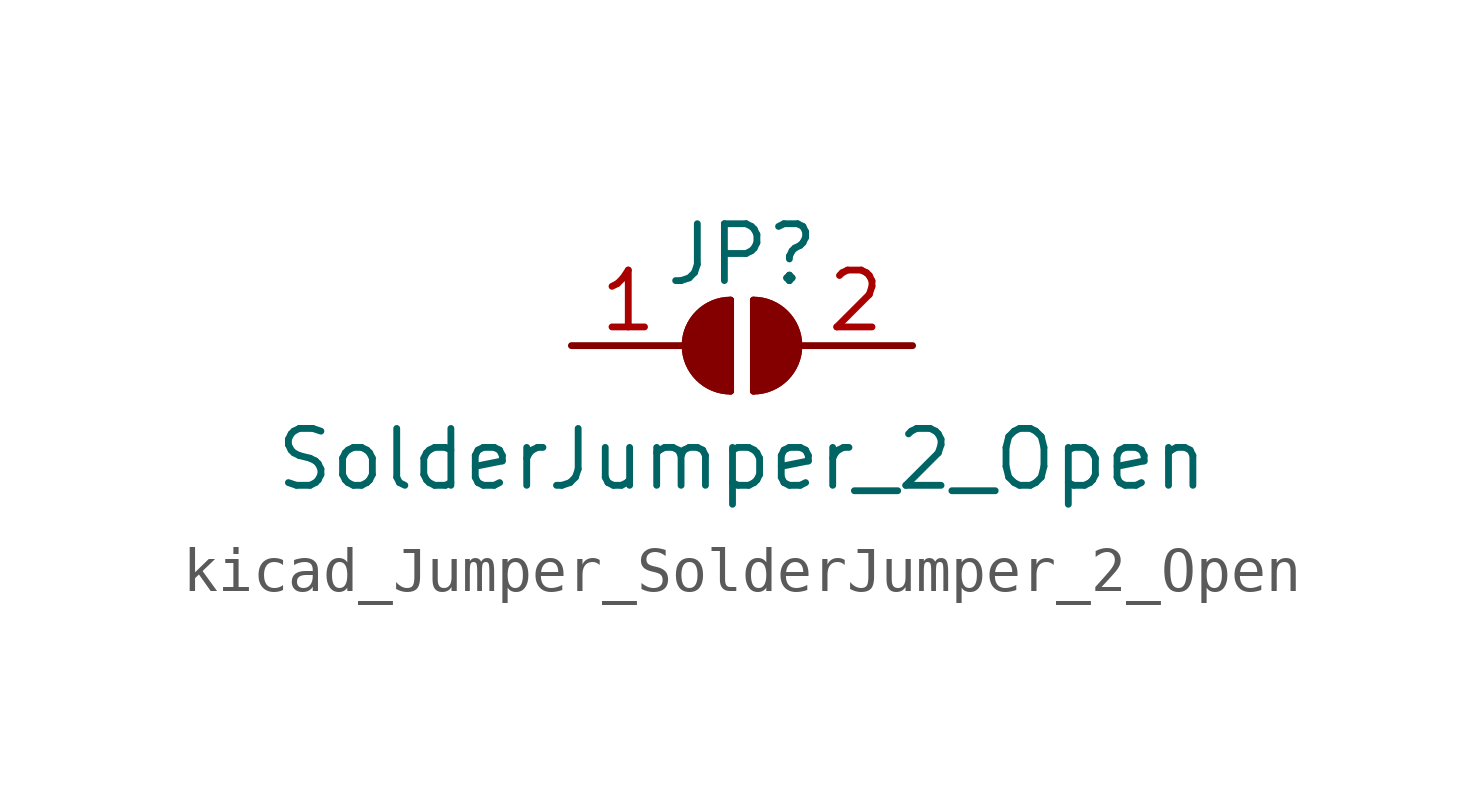
<source format=kicad_sym>
(kicad_symbol_lib
  (version 20220914)
  (generator kicad_symbol_editor)
  (symbol "kicad_Jumper_SolderJumper_2_Open"
    (pin_names
      (offset 0) hide)
    (property "Reference" "JP"
      (at 0 2.032 0)
      (effects (font (size 1.27 1.27))))
    (property "Value" "SolderJumper_2_Open"
      (at 0 -2.54 0)
      (effects (font (size 1.27 1.27))))
    (symbol "kicad_Jumper_SolderJumper_2_Open_0_1"
      (arc (start -0.254 1.016) (mid -1.2656 0) (end -0.254 -1.016) (stroke (width 0) (type default)) (fill (type none)))
      (arc (start -0.254 1.016) (mid -1.2656 0) (end -0.254 -1.016) (stroke (width 0) (type default)) (fill (type outline)))
      (polyline (pts (xy -0.254 1.016) (xy -0.254 -1.016)) (stroke (width 0) (type default)) (fill (type none)))
      (polyline (pts (xy 0.254 1.016) (xy 0.254 -1.016)) (stroke (width 0) (type default)) (fill (type none)))
      (arc (start 0.254 -1.016) (mid 1.2656 0) (end 0.254 1.016) (stroke (width 0) (type default)) (fill (type none)))
      (arc (start 0.254 -1.016) (mid 1.2656 0) (end 0.254 1.016) (stroke (width 0) (type default)) (fill (type outline))))
    (symbol "kicad_Jumper_SolderJumper_2_Open_1_1"
      (pin passive line (at -3.81 0 0) (length 2.54) (name "A" (effects (font (size 1.27 1.27)))) (number "1" (effects (font (size 1.27 1.27)))))
      (pin passive line (at 3.81 0 180) (length 2.54) (name "B" (effects (font (size 1.27 1.27)))) (number "2" (effects (font (size 1.27 1.27))))))))
</source>
